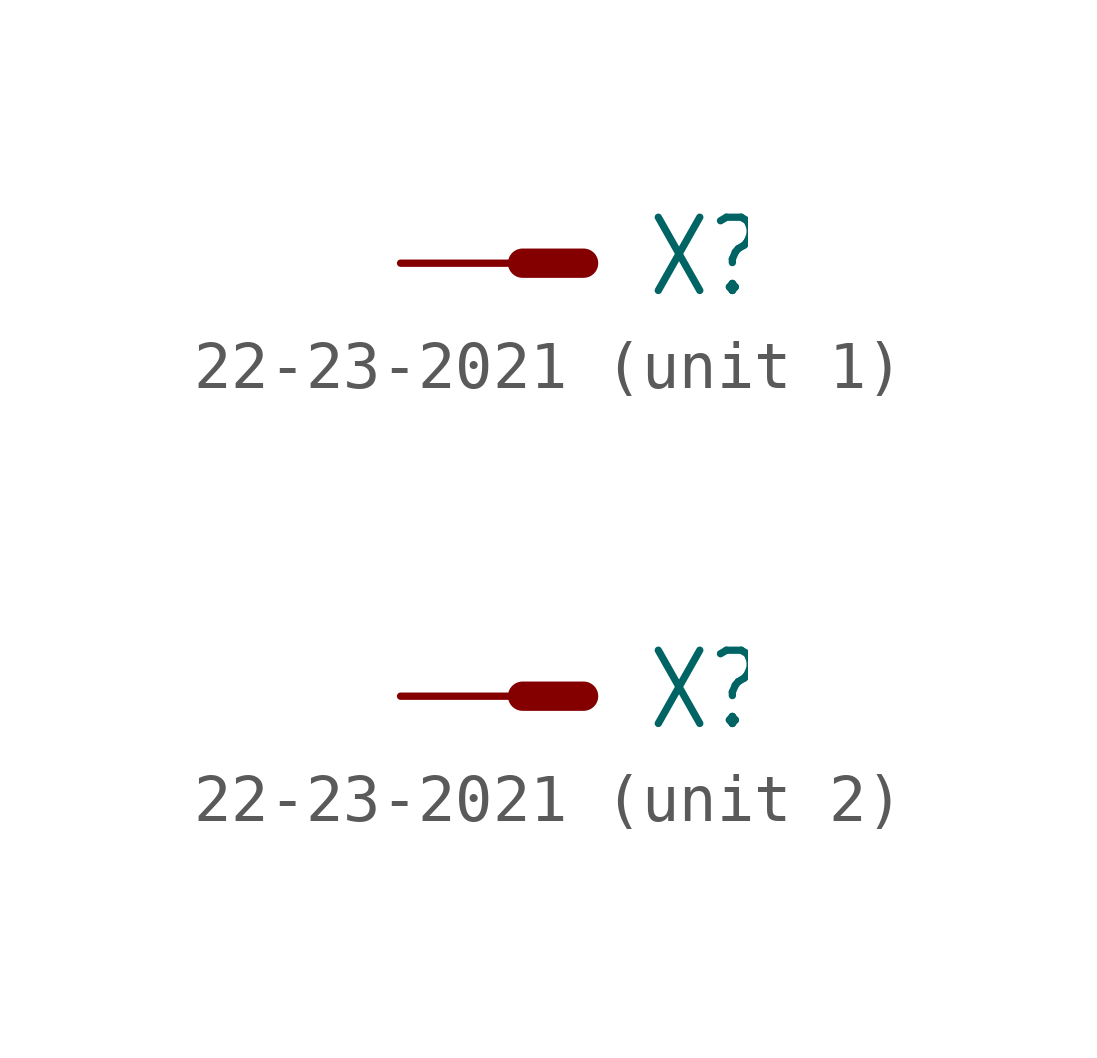
<source format=kicad_sym>
(kicad_symbol_lib
  (version 20211014)
  (generator kicad_symbol_editor)
  (symbol "22-23-2021"
    (property "Reference" "X"
      (at 2.54 -0.762 0)
      (effects (font (size 1.524 1.295)) (justify left bottom)))
    (property "ki_locked" ""
      (at 0 0 0)
      (effects (font (size 1.27 1.27))))
    (symbol "22-23-2021_1_0"
      (polyline (pts (xy 1.27 0) (xy 0 0)) (stroke (width 0.61) (type default) (color 0 0 0 0)) (fill (type none)))
      (pin passive line (at -2.54 0 0) (length 2.54) (name "S" (effects (font (size 0 0)))) (number "1" (effects (font (size 0 0))))))
    (symbol "22-23-2021_2_0"
      (polyline (pts (xy 1.27 0) (xy 0 0)) (stroke (width 0.61) (type default) (color 0 0 0 0)) (fill (type none)))
      (pin passive line (at -2.54 0 0) (length 2.54) (name "S" (effects (font (size 0 0)))) (number "2" (effects (font (size 0 0))))))))
</source>
